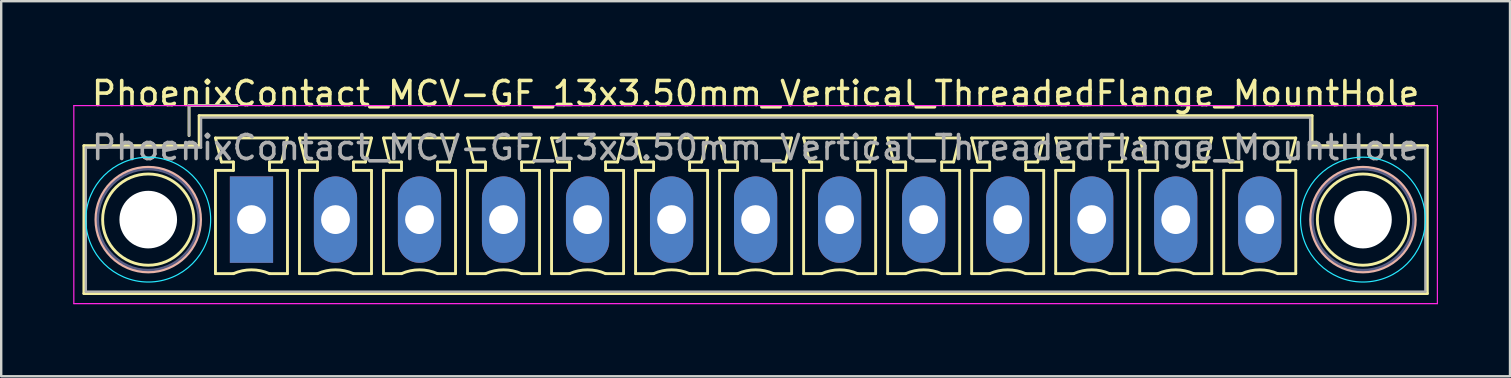
<source format=kicad_pcb>
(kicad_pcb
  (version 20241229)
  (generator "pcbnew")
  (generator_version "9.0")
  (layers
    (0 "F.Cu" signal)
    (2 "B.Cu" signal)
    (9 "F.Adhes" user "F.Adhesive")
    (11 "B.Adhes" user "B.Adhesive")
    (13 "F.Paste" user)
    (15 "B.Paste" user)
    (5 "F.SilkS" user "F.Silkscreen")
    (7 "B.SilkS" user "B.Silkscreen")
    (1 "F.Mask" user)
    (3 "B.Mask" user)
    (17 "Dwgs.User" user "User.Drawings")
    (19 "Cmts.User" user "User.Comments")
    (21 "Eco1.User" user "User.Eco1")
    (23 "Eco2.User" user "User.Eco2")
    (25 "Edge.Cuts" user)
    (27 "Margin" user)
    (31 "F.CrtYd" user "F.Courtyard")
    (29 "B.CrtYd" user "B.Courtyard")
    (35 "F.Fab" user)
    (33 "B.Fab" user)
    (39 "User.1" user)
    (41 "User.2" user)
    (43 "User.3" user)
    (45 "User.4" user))
  (footprint "PhoenixContact_MCV-GF_13x3.50mm_Vertical_ThreadedFlange_MountHole"
    (layer "F.Cu")
    (at 7.425 6.098)
    (property "Reference" "PhoenixContact_MCV-GF_13x3.50mm_Vertical_ThreadedFlange_MountHole" (at 21 -5.25 0) (layer "F.SilkS") (effects (font (size 1 1) (thickness 0.15))))
    (attr through_hole)
    (fp_line (start -6.98 -3.08) (end -6.98 3.08) (stroke (width 0.12) (type solid)) (layer "F.SilkS"))
    (fp_line (start -6.98 3.08) (end 48.98 3.08) (stroke (width 0.12) (type solid)) (layer "F.SilkS"))
    (fp_line (start -2.6 -4.75) (end -0.6 -4.75) (stroke (width 0.12) (type solid)) (layer "F.SilkS"))
    (fp_line (start -2.6 -3.5) (end -2.6 -4.75) (stroke (width 0.12) (type solid)) (layer "F.SilkS"))
    (fp_line (start -2.18 -4.33) (end -2.18 -3.08) (stroke (width 0.12) (type solid)) (layer "F.SilkS"))
    (fp_line (start -2.18 -3.08) (end -6.98 -3.08) (stroke (width 0.12) (type solid)) (layer "F.SilkS"))
    (fp_line (start -1.5 -3.4) (end 1.5 -3.4) (stroke (width 0.12) (type solid)) (layer "F.SilkS"))
    (fp_line (start -1.5 -2.05) (end -0.75 -2.05) (stroke (width 0.12) (type solid)) (layer "F.SilkS"))
    (fp_line (start -1.5 2.25) (end -1.5 -2.05) (stroke (width 0.12) (type solid)) (layer "F.SilkS"))
    (fp_line (start -1.25 -2.4) (end -1.5 -3.4) (stroke (width 0.12) (type solid)) (layer "F.SilkS"))
    (fp_line (start -0.75 -2.4) (end -1.25 -2.4) (stroke (width 0.12) (type solid)) (layer "F.SilkS"))
    (fp_line (start -0.75 -2.05) (end -0.75 -2.4) (stroke (width 0.12) (type solid)) (layer "F.SilkS"))
    (fp_line (start -0.75 2.25) (end -1.5 2.25) (stroke (width 0.12) (type solid)) (layer "F.SilkS"))
    (fp_line (start 0.75 -2.4) (end 0.75 -2.05) (stroke (width 0.12) (type solid)) (layer "F.SilkS"))
    (fp_line (start 0.75 -2.05) (end 1.5 -2.05) (stroke (width 0.12) (type solid)) (layer "F.SilkS"))
    (fp_line (start 1.25 -2.4) (end 0.75 -2.4) (stroke (width 0.12) (type solid)) (layer "F.SilkS"))
    (fp_line (start 1.5 -3.4) (end 1.25 -2.4) (stroke (width 0.12) (type solid)) (layer "F.SilkS"))
    (fp_line (start 1.5 -2.05) (end 1.5 2.25) (stroke (width 0.12) (type solid)) (layer "F.SilkS"))
    (fp_line (start 1.5 2.25) (end 0.75 2.25) (stroke (width 0.12) (type solid)) (layer "F.SilkS"))
    (fp_line (start 2 -3.4) (end 5 -3.4) (stroke (width 0.12) (type solid)) (layer "F.SilkS"))
    (fp_line (start 2 -2.05) (end 2.75 -2.05) (stroke (width 0.12) (type solid)) (layer "F.SilkS"))
    (fp_line (start 2 2.25) (end 2 -2.05) (stroke (width 0.12) (type solid)) (layer "F.SilkS"))
    (fp_line (start 2.25 -2.4) (end 2 -3.4) (stroke (width 0.12) (type solid)) (layer "F.SilkS"))
    (fp_line (start 2.75 -2.4) (end 2.25 -2.4) (stroke (width 0.12) (type solid)) (layer "F.SilkS"))
    (fp_line (start 2.75 -2.05) (end 2.75 -2.4) (stroke (width 0.12) (type solid)) (layer "F.SilkS"))
    (fp_line (start 2.75 2.25) (end 2 2.25) (stroke (width 0.12) (type solid)) (layer "F.SilkS"))
    (fp_line (start 4.25 -2.4) (end 4.25 -2.05) (stroke (width 0.12) (type solid)) (layer "F.SilkS"))
    (fp_line (start 4.25 -2.05) (end 5 -2.05) (stroke (width 0.12) (type solid)) (layer "F.SilkS"))
    (fp_line (start 4.75 -2.4) (end 4.25 -2.4) (stroke (width 0.12) (type solid)) (layer "F.SilkS"))
    (fp_line (start 5 -3.4) (end 4.75 -2.4) (stroke (width 0.12) (type solid)) (layer "F.SilkS"))
    (fp_line (start 5 -2.05) (end 5 2.25) (stroke (width 0.12) (type solid)) (layer "F.SilkS"))
    (fp_line (start 5 2.25) (end 4.25 2.25) (stroke (width 0.12) (type solid)) (layer "F.SilkS"))
    (fp_line (start 5.5 -3.4) (end 8.5 -3.4) (stroke (width 0.12) (type solid)) (layer "F.SilkS"))
    (fp_line (start 5.5 -2.05) (end 6.25 -2.05) (stroke (width 0.12) (type solid)) (layer "F.SilkS"))
    (fp_line (start 5.5 2.25) (end 5.5 -2.05) (stroke (width 0.12) (type solid)) (layer "F.SilkS"))
    (fp_line (start 5.75 -2.4) (end 5.5 -3.4) (stroke (width 0.12) (type solid)) (layer "F.SilkS"))
    (fp_line (start 6.25 -2.4) (end 5.75 -2.4) (stroke (width 0.12) (type solid)) (layer "F.SilkS"))
    (fp_line (start 6.25 -2.05) (end 6.25 -2.4) (stroke (width 0.12) (type solid)) (layer "F.SilkS"))
    (fp_line (start 6.25 2.25) (end 5.5 2.25) (stroke (width 0.12) (type solid)) (layer "F.SilkS"))
    (fp_line (start 7.75 -2.4) (end 7.75 -2.05) (stroke (width 0.12) (type solid)) (layer "F.SilkS"))
    (fp_line (start 7.75 -2.05) (end 8.5 -2.05) (stroke (width 0.12) (type solid)) (layer "F.SilkS"))
    (fp_line (start 8.25 -2.4) (end 7.75 -2.4) (stroke (width 0.12) (type solid)) (layer "F.SilkS"))
    (fp_line (start 8.5 -3.4) (end 8.25 -2.4) (stroke (width 0.12) (type solid)) (layer "F.SilkS"))
    (fp_line (start 8.5 -2.05) (end 8.5 2.25) (stroke (width 0.12) (type solid)) (layer "F.SilkS"))
    (fp_line (start 8.5 2.25) (end 7.75 2.25) (stroke (width 0.12) (type solid)) (layer "F.SilkS"))
    (fp_line (start 9 -3.4) (end 12 -3.4) (stroke (width 0.12) (type solid)) (layer "F.SilkS"))
    (fp_line (start 9 -2.05) (end 9.75 -2.05) (stroke (width 0.12) (type solid)) (layer "F.SilkS"))
    (fp_line (start 9 2.25) (end 9 -2.05) (stroke (width 0.12) (type solid)) (layer "F.SilkS"))
    (fp_line (start 9.25 -2.4) (end 9 -3.4) (stroke (width 0.12) (type solid)) (layer "F.SilkS"))
    (fp_line (start 9.75 -2.4) (end 9.25 -2.4) (stroke (width 0.12) (type solid)) (layer "F.SilkS"))
    (fp_line (start 9.75 -2.05) (end 9.75 -2.4) (stroke (width 0.12) (type solid)) (layer "F.SilkS"))
    (fp_line (start 9.75 2.25) (end 9 2.25) (stroke (width 0.12) (type solid)) (layer "F.SilkS"))
    (fp_line (start 11.25 -2.4) (end 11.25 -2.05) (stroke (width 0.12) (type solid)) (layer "F.SilkS"))
    (fp_line (start 11.25 -2.05) (end 12 -2.05) (stroke (width 0.12) (type solid)) (layer "F.SilkS"))
    (fp_line (start 11.75 -2.4) (end 11.25 -2.4) (stroke (width 0.12) (type solid)) (layer "F.SilkS"))
    (fp_line (start 12 -3.4) (end 11.75 -2.4) (stroke (width 0.12) (type solid)) (layer "F.SilkS"))
    (fp_line (start 12 -2.05) (end 12 2.25) (stroke (width 0.12) (type solid)) (layer "F.SilkS"))
    (fp_line (start 12 2.25) (end 11.25 2.25) (stroke (width 0.12) (type solid)) (layer "F.SilkS"))
    (fp_line (start 12.5 -3.4) (end 15.5 -3.4) (stroke (width 0.12) (type solid)) (layer "F.SilkS"))
    (fp_line (start 12.5 -2.05) (end 13.25 -2.05) (stroke (width 0.12) (type solid)) (layer "F.SilkS"))
    (fp_line (start 12.5 2.25) (end 12.5 -2.05) (stroke (width 0.12) (type solid)) (layer "F.SilkS"))
    (fp_line (start 12.75 -2.4) (end 12.5 -3.4) (stroke (width 0.12) (type solid)) (layer "F.SilkS"))
    (fp_line (start 13.25 -2.4) (end 12.75 -2.4) (stroke (width 0.12) (type solid)) (layer "F.SilkS"))
    (fp_line (start 13.25 -2.05) (end 13.25 -2.4) (stroke (width 0.12) (type solid)) (layer "F.SilkS"))
    (fp_line (start 13.25 2.25) (end 12.5 2.25) (stroke (width 0.12) (type solid)) (layer "F.SilkS"))
    (fp_line (start 14.75 -2.4) (end 14.75 -2.05) (stroke (width 0.12) (type solid)) (layer "F.SilkS"))
    (fp_line (start 14.75 -2.05) (end 15.5 -2.05) (stroke (width 0.12) (type solid)) (layer "F.SilkS"))
    (fp_line (start 15.25 -2.4) (end 14.75 -2.4) (stroke (width 0.12) (type solid)) (layer "F.SilkS"))
    (fp_line (start 15.5 -3.4) (end 15.25 -2.4) (stroke (width 0.12) (type solid)) (layer "F.SilkS"))
    (fp_line (start 15.5 -2.05) (end 15.5 2.25) (stroke (width 0.12) (type solid)) (layer "F.SilkS"))
    (fp_line (start 15.5 2.25) (end 14.75 2.25) (stroke (width 0.12) (type solid)) (layer "F.SilkS"))
    (fp_line (start 16 -3.4) (end 19 -3.4) (stroke (width 0.12) (type solid)) (layer "F.SilkS"))
    (fp_line (start 16 -2.05) (end 16.75 -2.05) (stroke (width 0.12) (type solid)) (layer "F.SilkS"))
    (fp_line (start 16 2.25) (end 16 -2.05) (stroke (width 0.12) (type solid)) (layer "F.SilkS"))
    (fp_line (start 16.25 -2.4) (end 16 -3.4) (stroke (width 0.12) (type solid)) (layer "F.SilkS"))
    (fp_line (start 16.75 -2.4) (end 16.25 -2.4) (stroke (width 0.12) (type solid)) (layer "F.SilkS"))
    (fp_line (start 16.75 -2.05) (end 16.75 -2.4) (stroke (width 0.12) (type solid)) (layer "F.SilkS"))
    (fp_line (start 16.75 2.25) (end 16 2.25) (stroke (width 0.12) (type solid)) (layer "F.SilkS"))
    (fp_line (start 18.25 -2.4) (end 18.25 -2.05) (stroke (width 0.12) (type solid)) (layer "F.SilkS"))
    (fp_line (start 18.25 -2.05) (end 19 -2.05) (stroke (width 0.12) (type solid)) (layer "F.SilkS"))
    (fp_line (start 18.75 -2.4) (end 18.25 -2.4) (stroke (width 0.12) (type solid)) (layer "F.SilkS"))
    (fp_line (start 19 -3.4) (end 18.75 -2.4) (stroke (width 0.12) (type solid)) (layer "F.SilkS"))
    (fp_line (start 19 -2.05) (end 19 2.25) (stroke (width 0.12) (type solid)) (layer "F.SilkS"))
    (fp_line (start 19 2.25) (end 18.25 2.25) (stroke (width 0.12) (type solid)) (layer "F.SilkS"))
    (fp_line (start 19.5 -3.4) (end 22.5 -3.4) (stroke (width 0.12) (type solid)) (layer "F.SilkS"))
    (fp_line (start 19.5 -2.05) (end 20.25 -2.05) (stroke (width 0.12) (type solid)) (layer "F.SilkS"))
    (fp_line (start 19.5 2.25) (end 19.5 -2.05) (stroke (width 0.12) (type solid)) (layer "F.SilkS"))
    (fp_line (start 19.75 -2.4) (end 19.5 -3.4) (stroke (width 0.12) (type solid)) (layer "F.SilkS"))
    (fp_line (start 20.25 -2.4) (end 19.75 -2.4) (stroke (width 0.12) (type solid)) (layer "F.SilkS"))
    (fp_line (start 20.25 -2.05) (end 20.25 -2.4) (stroke (width 0.12) (type solid)) (layer "F.SilkS"))
    (fp_line (start 20.25 2.25) (end 19.5 2.25) (stroke (width 0.12) (type solid)) (layer "F.SilkS"))
    (fp_line (start 21.75 -2.4) (end 21.75 -2.05) (stroke (width 0.12) (type solid)) (layer "F.SilkS"))
    (fp_line (start 21.75 -2.05) (end 22.5 -2.05) (stroke (width 0.12) (type solid)) (layer "F.SilkS"))
    (fp_line (start 22.25 -2.4) (end 21.75 -2.4) (stroke (width 0.12) (type solid)) (layer "F.SilkS"))
    (fp_line (start 22.5 -3.4) (end 22.25 -2.4) (stroke (width 0.12) (type solid)) (layer "F.SilkS"))
    (fp_line (start 22.5 -2.05) (end 22.5 2.25) (stroke (width 0.12) (type solid)) (layer "F.SilkS"))
    (fp_line (start 22.5 2.25) (end 21.75 2.25) (stroke (width 0.12) (type solid)) (layer "F.SilkS"))
    (fp_line (start 23 -3.4) (end 26 -3.4) (stroke (width 0.12) (type solid)) (layer "F.SilkS"))
    (fp_line (start 23 -2.05) (end 23.75 -2.05) (stroke (width 0.12) (type solid)) (layer "F.SilkS"))
    (fp_line (start 23 2.25) (end 23 -2.05) (stroke (width 0.12) (type solid)) (layer "F.SilkS"))
    (fp_line (start 23.25 -2.4) (end 23 -3.4) (stroke (width 0.12) (type solid)) (layer "F.SilkS"))
    (fp_line (start 23.75 -2.4) (end 23.25 -2.4) (stroke (width 0.12) (type solid)) (layer "F.SilkS"))
    (fp_line (start 23.75 -2.05) (end 23.75 -2.4) (stroke (width 0.12) (type solid)) (layer "F.SilkS"))
    (fp_line (start 23.75 2.25) (end 23 2.25) (stroke (width 0.12) (type solid)) (layer "F.SilkS"))
    (fp_line (start 25.25 -2.4) (end 25.25 -2.05) (stroke (width 0.12) (type solid)) (layer "F.SilkS"))
    (fp_line (start 25.25 -2.05) (end 26 -2.05) (stroke (width 0.12) (type solid)) (layer "F.SilkS"))
    (fp_line (start 25.75 -2.4) (end 25.25 -2.4) (stroke (width 0.12) (type solid)) (layer "F.SilkS"))
    (fp_line (start 26 -3.4) (end 25.75 -2.4) (stroke (width 0.12) (type solid)) (layer "F.SilkS"))
    (fp_line (start 26 -2.05) (end 26 2.25) (stroke (width 0.12) (type solid)) (layer "F.SilkS"))
    (fp_line (start 26 2.25) (end 25.25 2.25) (stroke (width 0.12) (type solid)) (layer "F.SilkS"))
    (fp_line (start 26.5 -3.4) (end 29.5 -3.4) (stroke (width 0.12) (type solid)) (layer "F.SilkS"))
    (fp_line (start 26.5 -2.05) (end 27.25 -2.05) (stroke (width 0.12) (type solid)) (layer "F.SilkS"))
    (fp_line (start 26.5 2.25) (end 26.5 -2.05) (stroke (width 0.12) (type solid)) (layer "F.SilkS"))
    (fp_line (start 26.75 -2.4) (end 26.5 -3.4) (stroke (width 0.12) (type solid)) (layer "F.SilkS"))
    (fp_line (start 27.25 -2.4) (end 26.75 -2.4) (stroke (width 0.12) (type solid)) (layer "F.SilkS"))
    (fp_line (start 27.25 -2.05) (end 27.25 -2.4) (stroke (width 0.12) (type solid)) (layer "F.SilkS"))
    (fp_line (start 27.25 2.25) (end 26.5 2.25) (stroke (width 0.12) (type solid)) (layer "F.SilkS"))
    (fp_line (start 28.75 -2.4) (end 28.75 -2.05) (stroke (width 0.12) (type solid)) (layer "F.SilkS"))
    (fp_line (start 28.75 -2.05) (end 29.5 -2.05) (stroke (width 0.12) (type solid)) (layer "F.SilkS"))
    (fp_line (start 29.25 -2.4) (end 28.75 -2.4) (stroke (width 0.12) (type solid)) (layer "F.SilkS"))
    (fp_line (start 29.5 -3.4) (end 29.25 -2.4) (stroke (width 0.12) (type solid)) (layer "F.SilkS"))
    (fp_line (start 29.5 -2.05) (end 29.5 2.25) (stroke (width 0.12) (type solid)) (layer "F.SilkS"))
    (fp_line (start 29.5 2.25) (end 28.75 2.25) (stroke (width 0.12) (type solid)) (layer "F.SilkS"))
    (fp_line (start 30 -3.4) (end 33 -3.4) (stroke (width 0.12) (type solid)) (layer "F.SilkS"))
    (fp_line (start 30 -2.05) (end 30.75 -2.05) (stroke (width 0.12) (type solid)) (layer "F.SilkS"))
    (fp_line (start 30 2.25) (end 30 -2.05) (stroke (width 0.12) (type solid)) (layer "F.SilkS"))
    (fp_line (start 30.25 -2.4) (end 30 -3.4) (stroke (width 0.12) (type solid)) (layer "F.SilkS"))
    (fp_line (start 30.75 -2.4) (end 30.25 -2.4) (stroke (width 0.12) (type solid)) (layer "F.SilkS"))
    (fp_line (start 30.75 -2.05) (end 30.75 -2.4) (stroke (width 0.12) (type solid)) (layer "F.SilkS"))
    (fp_line (start 30.75 2.25) (end 30 2.25) (stroke (width 0.12) (type solid)) (layer "F.SilkS"))
    (fp_line (start 32.25 -2.4) (end 32.25 -2.05) (stroke (width 0.12) (type solid)) (layer "F.SilkS"))
    (fp_line (start 32.25 -2.05) (end 33 -2.05) (stroke (width 0.12) (type solid)) (layer "F.SilkS"))
    (fp_line (start 32.75 -2.4) (end 32.25 -2.4) (stroke (width 0.12) (type solid)) (layer "F.SilkS"))
    (fp_line (start 33 -3.4) (end 32.75 -2.4) (stroke (width 0.12) (type solid)) (layer "F.SilkS"))
    (fp_line (start 33 -2.05) (end 33 2.25) (stroke (width 0.12) (type solid)) (layer "F.SilkS"))
    (fp_line (start 33 2.25) (end 32.25 2.25) (stroke (width 0.12) (type solid)) (layer "F.SilkS"))
    (fp_line (start 33.5 -3.4) (end 36.5 -3.4) (stroke (width 0.12) (type solid)) (layer "F.SilkS"))
    (fp_line (start 33.5 -2.05) (end 34.25 -2.05) (stroke (width 0.12) (type solid)) (layer "F.SilkS"))
    (fp_line (start 33.5 2.25) (end 33.5 -2.05) (stroke (width 0.12) (type solid)) (layer "F.SilkS"))
    (fp_line (start 33.75 -2.4) (end 33.5 -3.4) (stroke (width 0.12) (type solid)) (layer "F.SilkS"))
    (fp_line (start 34.25 -2.4) (end 33.75 -2.4) (stroke (width 0.12) (type solid)) (layer "F.SilkS"))
    (fp_line (start 34.25 -2.05) (end 34.25 -2.4) (stroke (width 0.12) (type solid)) (layer "F.SilkS"))
    (fp_line (start 34.25 2.25) (end 33.5 2.25) (stroke (width 0.12) (type solid)) (layer "F.SilkS"))
    (fp_line (start 35.75 -2.4) (end 35.75 -2.05) (stroke (width 0.12) (type solid)) (layer "F.SilkS"))
    (fp_line (start 35.75 -2.05) (end 36.5 -2.05) (stroke (width 0.12) (type solid)) (layer "F.SilkS"))
    (fp_line (start 36.25 -2.4) (end 35.75 -2.4) (stroke (width 0.12) (type solid)) (layer "F.SilkS"))
    (fp_line (start 36.5 -3.4) (end 36.25 -2.4) (stroke (width 0.12) (type solid)) (layer "F.SilkS"))
    (fp_line (start 36.5 -2.05) (end 36.5 2.25) (stroke (width 0.12) (type solid)) (layer "F.SilkS"))
    (fp_line (start 36.5 2.25) (end 35.75 2.25) (stroke (width 0.12) (type solid)) (layer "F.SilkS"))
    (fp_line (start 37 -3.4) (end 40 -3.4) (stroke (width 0.12) (type solid)) (layer "F.SilkS"))
    (fp_line (start 37 -2.05) (end 37.75 -2.05) (stroke (width 0.12) (type solid)) (layer "F.SilkS"))
    (fp_line (start 37 2.25) (end 37 -2.05) (stroke (width 0.12) (type solid)) (layer "F.SilkS"))
    (fp_line (start 37.25 -2.4) (end 37 -3.4) (stroke (width 0.12) (type solid)) (layer "F.SilkS"))
    (fp_line (start 37.75 -2.4) (end 37.25 -2.4) (stroke (width 0.12) (type solid)) (layer "F.SilkS"))
    (fp_line (start 37.75 -2.05) (end 37.75 -2.4) (stroke (width 0.12) (type solid)) (layer "F.SilkS"))
    (fp_line (start 37.75 2.25) (end 37 2.25) (stroke (width 0.12) (type solid)) (layer "F.SilkS"))
    (fp_line (start 39.25 -2.4) (end 39.25 -2.05) (stroke (width 0.12) (type solid)) (layer "F.SilkS"))
    (fp_line (start 39.25 -2.05) (end 40 -2.05) (stroke (width 0.12) (type solid)) (layer "F.SilkS"))
    (fp_line (start 39.75 -2.4) (end 39.25 -2.4) (stroke (width 0.12) (type solid)) (layer "F.SilkS"))
    (fp_line (start 40 -3.4) (end 39.75 -2.4) (stroke (width 0.12) (type solid)) (layer "F.SilkS"))
    (fp_line (start 40 -2.05) (end 40 2.25) (stroke (width 0.12) (type solid)) (layer "F.SilkS"))
    (fp_line (start 40 2.25) (end 39.25 2.25) (stroke (width 0.12) (type solid)) (layer "F.SilkS"))
    (fp_line (start 40.5 -3.4) (end 43.5 -3.4) (stroke (width 0.12) (type solid)) (layer "F.SilkS"))
    (fp_line (start 40.5 -2.05) (end 41.25 -2.05) (stroke (width 0.12) (type solid)) (layer "F.SilkS"))
    (fp_line (start 40.5 2.25) (end 40.5 -2.05) (stroke (width 0.12) (type solid)) (layer "F.SilkS"))
    (fp_line (start 40.75 -2.4) (end 40.5 -3.4) (stroke (width 0.12) (type solid)) (layer "F.SilkS"))
    (fp_line (start 41.25 -2.4) (end 40.75 -2.4) (stroke (width 0.12) (type solid)) (layer "F.SilkS"))
    (fp_line (start 41.25 -2.05) (end 41.25 -2.4) (stroke (width 0.12) (type solid)) (layer "F.SilkS"))
    (fp_line (start 41.25 2.25) (end 40.5 2.25) (stroke (width 0.12) (type solid)) (layer "F.SilkS"))
    (fp_line (start 42.75 -2.4) (end 42.75 -2.05) (stroke (width 0.12) (type solid)) (layer "F.SilkS"))
    (fp_line (start 42.75 -2.05) (end 43.5 -2.05) (stroke (width 0.12) (type solid)) (layer "F.SilkS"))
    (fp_line (start 43.25 -2.4) (end 42.75 -2.4) (stroke (width 0.12) (type solid)) (layer "F.SilkS"))
    (fp_line (start 43.5 -3.4) (end 43.25 -2.4) (stroke (width 0.12) (type solid)) (layer "F.SilkS"))
    (fp_line (start 43.5 -2.05) (end 43.5 2.25) (stroke (width 0.12) (type solid)) (layer "F.SilkS"))
    (fp_line (start 43.5 2.25) (end 42.75 2.25) (stroke (width 0.12) (type solid)) (layer "F.SilkS"))
    (fp_line (start 44.18 -4.33) (end -2.18 -4.33) (stroke (width 0.12) (type solid)) (layer "F.SilkS"))
    (fp_line (start 44.18 -3.08) (end 44.18 -4.33) (stroke (width 0.12) (type solid)) (layer "F.SilkS"))
    (fp_line (start 48.98 -3.08) (end 44.18 -3.08) (stroke (width 0.12) (type solid)) (layer "F.SilkS"))
    (fp_line (start 48.98 3.08) (end 48.98 -3.08) (stroke (width 0.12) (type solid)) (layer "F.SilkS"))
    (fp_arc (start -0.75 2.25) (mid -0.000193 2.09191) (end 0.749647 2.249844) (stroke (width 0.12) (type solid)) (layer "F.SilkS"))
    (fp_arc (start 2.75 2.25) (mid 3.499807 2.09191) (end 4.249647 2.249844) (stroke (width 0.12) (type solid)) (layer "F.SilkS"))
    (fp_arc (start 6.25 2.25) (mid 6.999807 2.09191) (end 7.749647 2.249844) (stroke (width 0.12) (type solid)) (layer "F.SilkS"))
    (fp_arc (start 9.75 2.25) (mid 10.499807 2.09191) (end 11.249647 2.249844) (stroke (width 0.12) (type solid)) (layer "F.SilkS"))
    (fp_arc (start 13.25 2.25) (mid 13.999807 2.09191) (end 14.749647 2.249844) (stroke (width 0.12) (type solid)) (layer "F.SilkS"))
    (fp_arc (start 16.75 2.25) (mid 17.499807 2.09191) (end 18.249647 2.249844) (stroke (width 0.12) (type solid)) (layer "F.SilkS"))
    (fp_arc (start 20.25 2.25) (mid 20.999807 2.09191) (end 21.749647 2.249844) (stroke (width 0.12) (type solid)) (layer "F.SilkS"))
    (fp_arc (start 23.75 2.25) (mid 24.499807 2.09191) (end 25.249647 2.249844) (stroke (width 0.12) (type solid)) (layer "F.SilkS"))
    (fp_arc (start 27.25 2.25) (mid 27.999807 2.09191) (end 28.749647 2.249844) (stroke (width 0.12) (type solid)) (layer "F.SilkS"))
    (fp_arc (start 30.75 2.25) (mid 31.499807 2.09191) (end 32.249647 2.249844) (stroke (width 0.12) (type solid)) (layer "F.SilkS"))
    (fp_arc (start 34.25 2.25) (mid 34.999807 2.09191) (end 35.749647 2.249844) (stroke (width 0.12) (type solid)) (layer "F.SilkS"))
    (fp_arc (start 37.75 2.25) (mid 38.499807 2.09191) (end 39.249647 2.249844) (stroke (width 0.12) (type solid)) (layer "F.SilkS"))
    (fp_arc (start 41.25 2.25) (mid 41.999807 2.09191) (end 42.749647 2.249844) (stroke (width 0.12) (type solid)) (layer "F.SilkS"))
    (fp_circle (center -4.3 0) (end -2.4 0) (stroke (width 0.12) (type solid)) (fill no) (layer "F.SilkS"))
    (fp_circle (center 46.3 0) (end 48.2 0) (stroke (width 0.12) (type solid)) (fill no) (layer "F.SilkS"))
    (fp_circle (center -4.3 0) (end -2.12 0) (stroke (width 0.12) (type solid)) (fill no) (layer "B.SilkS"))
    (fp_circle (center 46.3 0) (end 48.48 0) (stroke (width 0.12) (type solid)) (fill no) (layer "B.SilkS"))
    (fp_circle (center -4.3 0) (end -1.7 0) (stroke (width 0.05) (type solid)) (fill no) (layer "B.CrtYd"))
    (fp_circle (center 46.3 0) (end 48.9 0) (stroke (width 0.05) (type solid)) (fill no) (layer "B.CrtYd"))
    (fp_line (start -7.4 -4.75) (end -7.4 3.5) (stroke (width 0.05) (type solid)) (layer "F.CrtYd"))
    (fp_line (start -7.4 3.5) (end 49.4 3.5) (stroke (width 0.05) (type solid)) (layer "F.CrtYd"))
    (fp_line (start 49.4 -4.75) (end -7.4 -4.75) (stroke (width 0.05) (type solid)) (layer "F.CrtYd"))
    (fp_line (start 49.4 3.5) (end 49.4 -4.75) (stroke (width 0.05) (type solid)) (layer "F.CrtYd"))
    (fp_circle (center -4.3 0) (end -2.2 0) (stroke (width 0.1) (type solid)) (fill no) (layer "B.Fab"))
    (fp_circle (center 46.3 0) (end 48.4 0) (stroke (width 0.1) (type solid)) (fill no) (layer "B.Fab"))
    (fp_line (start -6.9 -3) (end -6.9 3) (stroke (width 0.1) (type solid)) (layer "F.Fab"))
    (fp_line (start -6.9 3) (end 48.9 3) (stroke (width 0.1) (type solid)) (layer "F.Fab"))
    (fp_line (start -2.6 -4.75) (end -0.6 -4.75) (stroke (width 0.1) (type solid)) (layer "F.Fab"))
    (fp_line (start -2.6 -3.5) (end -2.6 -4.75) (stroke (width 0.1) (type solid)) (layer "F.Fab"))
    (fp_line (start -2.1 -4.25) (end -2.1 -3) (stroke (width 0.1) (type solid)) (layer "F.Fab"))
    (fp_line (start -2.1 -3) (end -6.9 -3) (stroke (width 0.1) (type solid)) (layer "F.Fab"))
    (fp_line (start 44.1 -4.25) (end -2.1 -4.25) (stroke (width 0.1) (type solid)) (layer "F.Fab"))
    (fp_line (start 44.1 -3) (end 44.1 -4.25) (stroke (width 0.1) (type solid)) (layer "F.Fab"))
    (fp_line (start 48.9 -3) (end 44.1 -3) (stroke (width 0.1) (type solid)) (layer "F.Fab"))
    (fp_line (start 48.9 3) (end 48.9 -3) (stroke (width 0.1) (type solid)) (layer "F.Fab"))
    (fp_text user "${REFERENCE}" (at 21 -3 0) (layer "F.Fab") (effects (font (size 1 1) (thickness 0.15))))
    (pad "" np_thru_hole circle (at -4.3 0) (size 2.4 2.4) (drill 2.4) (layers "*.Cu" "*.Mask"))
    (pad "" np_thru_hole circle (at 46.3 0) (size 2.4 2.4) (drill 2.4) (layers "*.Cu" "*.Mask"))
    (pad "1" thru_hole rect (at 0 0) (size 1.8 3.6) (drill 1.2) (layers "*.Cu" "*.Mask"))
    (pad "2" thru_hole oval (at 3.5 0) (size 1.8 3.6) (drill 1.2) (layers "*.Cu" "*.Mask"))
    (pad "3" thru_hole oval (at 7 0) (size 1.8 3.6) (drill 1.2) (layers "*.Cu" "*.Mask"))
    (pad "4" thru_hole oval (at 10.5 0) (size 1.8 3.6) (drill 1.2) (layers "*.Cu" "*.Mask"))
    (pad "5" thru_hole oval (at 14 0) (size 1.8 3.6) (drill 1.2) (layers "*.Cu" "*.Mask"))
    (pad "6" thru_hole oval (at 17.5 0) (size 1.8 3.6) (drill 1.2) (layers "*.Cu" "*.Mask"))
    (pad "7" thru_hole oval (at 21 0) (size 1.8 3.6) (drill 1.2) (layers "*.Cu" "*.Mask"))
    (pad "8" thru_hole oval (at 24.5 0) (size 1.8 3.6) (drill 1.2) (layers "*.Cu" "*.Mask"))
    (pad "9" thru_hole oval (at 28 0) (size 1.8 3.6) (drill 1.2) (layers "*.Cu" "*.Mask"))
    (pad "10" thru_hole oval (at 31.5 0) (size 1.8 3.6) (drill 1.2) (layers "*.Cu" "*.Mask"))
    (pad "11" thru_hole oval (at 35 0) (size 1.8 3.6) (drill 1.2) (layers "*.Cu" "*.Mask"))
    (pad "12" thru_hole oval (at 38.5 0) (size 1.8 3.6) (drill 1.2) (layers "*.Cu" "*.Mask"))
    (pad "13" thru_hole oval (at 42 0) (size 1.8 3.6) (drill 1.2) (layers "*.Cu" "*.Mask")))
  (gr_rect
    (start -3 -3)
    (end 59.85 12.623)
    (stroke (width 0.1) (type default))
    (fill no)
    (layer "Edge.Cuts")))
</source>
